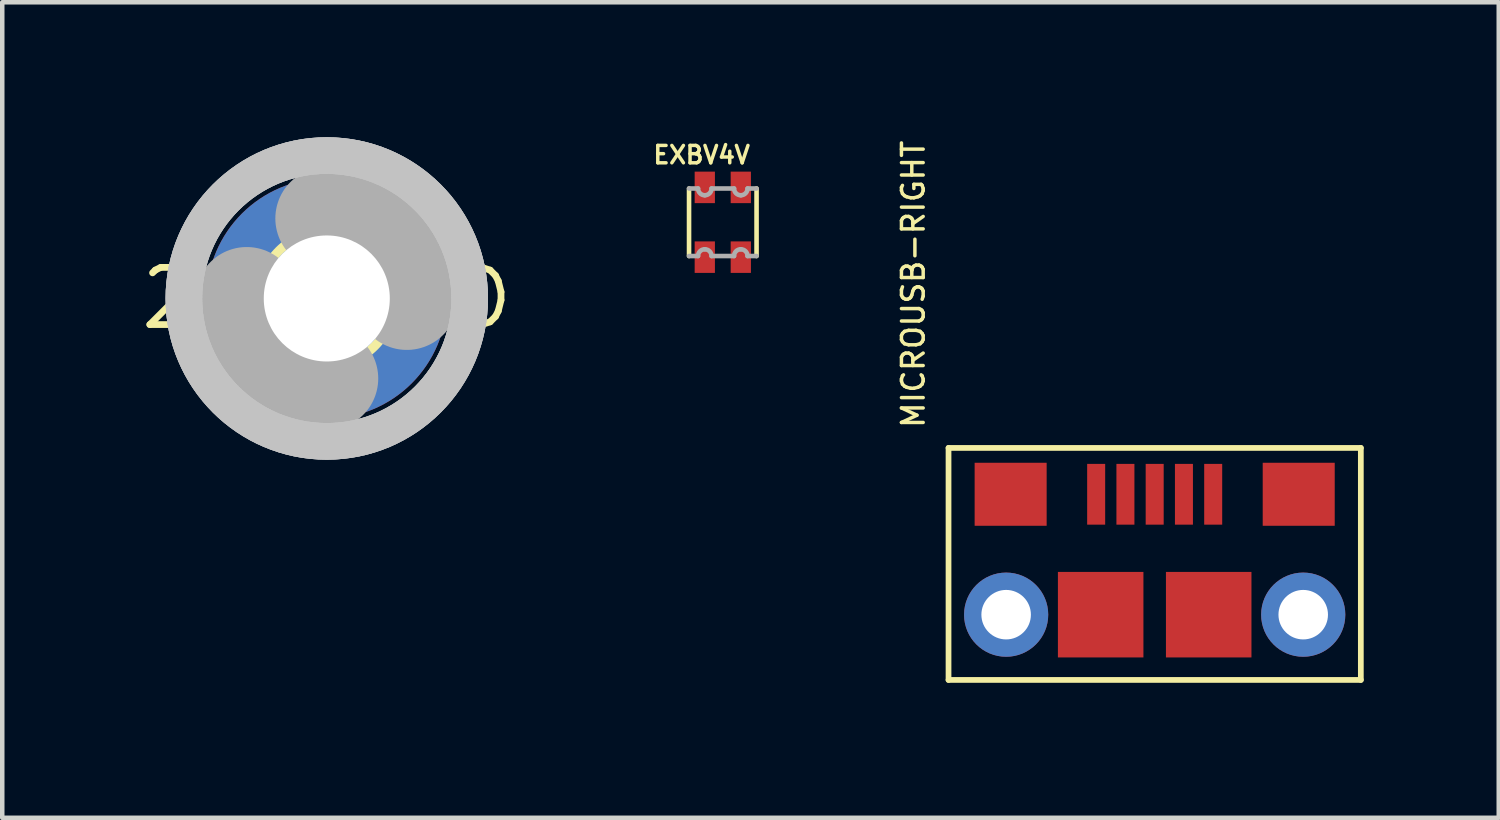
<source format=kicad_pcb>
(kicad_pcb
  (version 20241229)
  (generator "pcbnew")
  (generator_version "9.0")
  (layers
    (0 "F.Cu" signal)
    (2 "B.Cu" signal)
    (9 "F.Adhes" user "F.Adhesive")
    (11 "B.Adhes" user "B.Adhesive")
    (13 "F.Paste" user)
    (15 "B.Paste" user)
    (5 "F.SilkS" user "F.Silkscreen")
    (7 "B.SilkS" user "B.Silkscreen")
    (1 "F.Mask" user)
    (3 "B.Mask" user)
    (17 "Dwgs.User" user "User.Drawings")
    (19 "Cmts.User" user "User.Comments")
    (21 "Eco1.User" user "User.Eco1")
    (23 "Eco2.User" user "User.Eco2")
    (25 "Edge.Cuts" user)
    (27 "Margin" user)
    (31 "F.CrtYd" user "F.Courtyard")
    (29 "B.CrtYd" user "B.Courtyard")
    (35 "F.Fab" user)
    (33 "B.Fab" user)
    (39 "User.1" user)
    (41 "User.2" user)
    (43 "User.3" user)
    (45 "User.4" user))
  (footprint "2,8-PAD"
    (layer "F.Cu")
    (at 4.21 3.581)
    (property "Reference" "2,8-PAD" (at 0 0 0) (layer "F.SilkS") (effects (font (size 1.27 1.27) (thickness 0.15))))
    (attr through_hole)
    (fp_line (start 0 -2.921) (end 0 -2.667) (stroke (width 0.051) (type solid)) (layer "F.SilkS"))
    (fp_line (start 0 2.667) (end 0 2.921) (stroke (width 0.051) (type solid)) (layer "F.SilkS"))
    (fp_circle (center 0 0) (end 1.5 0) (stroke (width 0.203) (type solid)) (fill no) (layer "F.SilkS"))
    (fp_circle (center 0 0) (end 2.921 0) (stroke (width 0.152) (type solid)) (fill no) (layer "F.SilkS"))
    (fp_circle (center 0 0) (end 3.175 0) (stroke (width 0.813) (type solid)) (fill no) (layer "Dwgs.User"))
    (fp_circle (center 0 0) (end 3.175 0) (stroke (width 0.813) (type solid)) (fill no) (layer "Dwgs.User"))
    (fp_circle (center 0 0) (end 3.175 0) (stroke (width 0.813) (type solid)) (fill no) (layer "Dwgs.User"))
    (fp_arc (start 0 -1.778) (mid 1.257236 -1.257236) (end 1.778 0) (stroke (width 2.286) (type solid)) (layer "F.Fab"))
    (fp_arc (start 0 1.778) (mid -1.257236 1.257236) (end -1.778 0) (stroke (width 2.286) (type solid)) (layer "F.Fab"))
    (fp_circle (center 0 0) (end 0.635 0) (stroke (width 0.457) (type solid)) (fill no) (layer "F.Fab"))
    (pad "B2,8" thru_hole circle (at 0 0) (size 5.334 5.334) (drill 2.8) (layers "*.Cu" "*.Mask")))
  (footprint "MICROUSB-RIGHT"
    (layer "F.Cu")
    (at 22.603 9.201)
    (property "Reference" "MICROUSB-RIGHT" (at -5.08 -2.7 90) (layer "F.SilkS") (effects (font (size 0.483 0.483) (thickness 0.077)) (justify left bottom)))
    (attr through_hole)
    (fp_line (start -4.58 -2.3) (end 4.58 -2.3) (stroke (width 0.127) (type solid)) (layer "F.SilkS"))
    (fp_line (start -4.58 2.855) (end -4.58 -2.3) (stroke (width 0.127) (type solid)) (layer "F.SilkS"))
    (fp_line (start -4.58 2.855) (end 4.58 2.855) (stroke (width 0.127) (type solid)) (layer "F.SilkS"))
    (fp_line (start 4.58 -2.3) (end 4.58 2.855) (stroke (width 0.127) (type solid)) (layer "F.SilkS"))
    (pad "1" smd rect (at -1.3 -1.27 180) (size 0.4 1.35) (layers "F.Cu" "F.Mask" "F.Paste"))
    (pad "2" smd rect (at -0.65 -1.27 180) (size 0.4 1.35) (layers "F.Cu" "F.Mask" "F.Paste"))
    (pad "3" smd rect (at 0 -1.27 180) (size 0.4 1.35) (layers "F.Cu" "F.Mask" "F.Paste"))
    (pad "4" smd rect (at 0.65 -1.27 180) (size 0.4 1.35) (layers "F.Cu" "F.Mask" "F.Paste"))
    (pad "5" smd rect (at 1.3 -1.27 180) (size 0.4 1.35) (layers "F.Cu" "F.Mask" "F.Paste"))
    (pad "S1" thru_hole circle (at -3.3 1.405 180) (size 1.87 1.87) (drill 1.1) (layers "*.Cu" "*.Mask"))
    (pad "S2" thru_hole circle (at 3.3 1.405 180) (size 1.87 1.87) (drill 1.1) (layers "*.Cu" "*.Mask"))
    (pad "S3" smd rect (at -3.2 -1.27 90) (size 1.4 1.6) (layers "F.Cu" "F.Mask" "F.Paste"))
    (pad "S4" smd rect (at 3.2 -1.27 90) (size 1.4 1.6) (layers "F.Cu" "F.Mask" "F.Paste"))
    (pad "S5" smd rect (at -1.2 1.405) (size 1.9 1.9) (layers "F.Cu" "F.Mask" "F.Paste"))
    (pad "S6" smd rect (at 1.2 1.405) (size 1.9 1.9) (layers "F.Cu" "F.Mask" "F.Paste")))
  (footprint "EXBV4V"
    (layer "F.Cu")
    (at 13.008 1.888)
    (property "Reference" "EXBV4V" (at -1.587 -1.27 0) (layer "F.SilkS") (effects (font (size 0.386 0.386) (thickness 0.077)) (justify left bottom)))
    (attr through_hole)
    (fp_line (start -0.75 0.75) (end -0.75 -0.75) (stroke (width 0.102) (type solid)) (layer "F.SilkS"))
    (fp_line (start 0.75 -0.75) (end 0.75 0.75) (stroke (width 0.102) (type solid)) (layer "F.SilkS"))
    (fp_line (start -0.75 -0.75) (end -0.55 -0.75) (stroke (width 0.102) (type solid)) (layer "F.Fab"))
    (fp_line (start -0.55 0.75) (end -0.75 0.75) (stroke (width 0.102) (type solid)) (layer "F.Fab"))
    (fp_line (start -0.25 -0.75) (end 0.25 -0.75) (stroke (width 0.102) (type solid)) (layer "F.Fab"))
    (fp_line (start 0.25 0.75) (end -0.25 0.75) (stroke (width 0.102) (type solid)) (layer "F.Fab"))
    (fp_line (start 0.55 -0.75) (end 0.75 -0.75) (stroke (width 0.102) (type solid)) (layer "F.Fab"))
    (fp_line (start 0.75 0.75) (end 0.55 0.75) (stroke (width 0.102) (type solid)) (layer "F.Fab"))
    (fp_arc (start -0.55 0.75) (mid -0.506066 0.643934) (end -0.4 0.6) (stroke (width 0.1016) (type solid)) (layer "F.Fab"))
    (fp_arc (start -0.4 -0.6) (mid -0.506066 -0.643934) (end -0.55 -0.75) (stroke (width 0.1016) (type solid)) (layer "F.Fab"))
    (fp_arc (start -0.4 0.6) (mid -0.293934 0.643934) (end -0.25 0.75) (stroke (width 0.1016) (type solid)) (layer "F.Fab"))
    (fp_arc (start -0.25 -0.75) (mid -0.293934 -0.643934) (end -0.4 -0.6) (stroke (width 0.1016) (type solid)) (layer "F.Fab"))
    (fp_arc (start 0.25 0.75) (mid 0.293934 0.643934) (end 0.4 0.6) (stroke (width 0.1016) (type solid)) (layer "F.Fab"))
    (fp_arc (start 0.4 -0.6) (mid 0.293934 -0.643934) (end 0.25 -0.75) (stroke (width 0.1016) (type solid)) (layer "F.Fab"))
    (fp_arc (start 0.4 0.6) (mid 0.506066 0.643934) (end 0.55 0.75) (stroke (width 0.1016) (type solid)) (layer "F.Fab"))
    (fp_arc (start 0.55 -0.75) (mid 0.506066 -0.643934) (end 0.4 -0.6) (stroke (width 0.1016) (type solid)) (layer "F.Fab"))
    (pad "1" smd rect (at -0.4 0.775) (size 0.45 0.7) (layers "F.Cu" "F.Mask" "F.Paste"))
    (pad "2" smd rect (at 0.4 0.775) (size 0.45 0.7) (layers "F.Cu" "F.Mask" "F.Paste"))
    (pad "3" smd rect (at 0.4 -0.775 180) (size 0.45 0.7) (layers "F.Cu" "F.Mask" "F.Paste"))
    (pad "4" smd rect (at -0.4 -0.775 180) (size 0.45 0.7) (layers "F.Cu" "F.Mask" "F.Paste")))
  (gr_rect
    (start -3 -3)
    (end 30.247 15.119)
    (stroke (width 0.1) (type default))
    (fill no)
    (layer "Edge.Cuts")))
</source>
